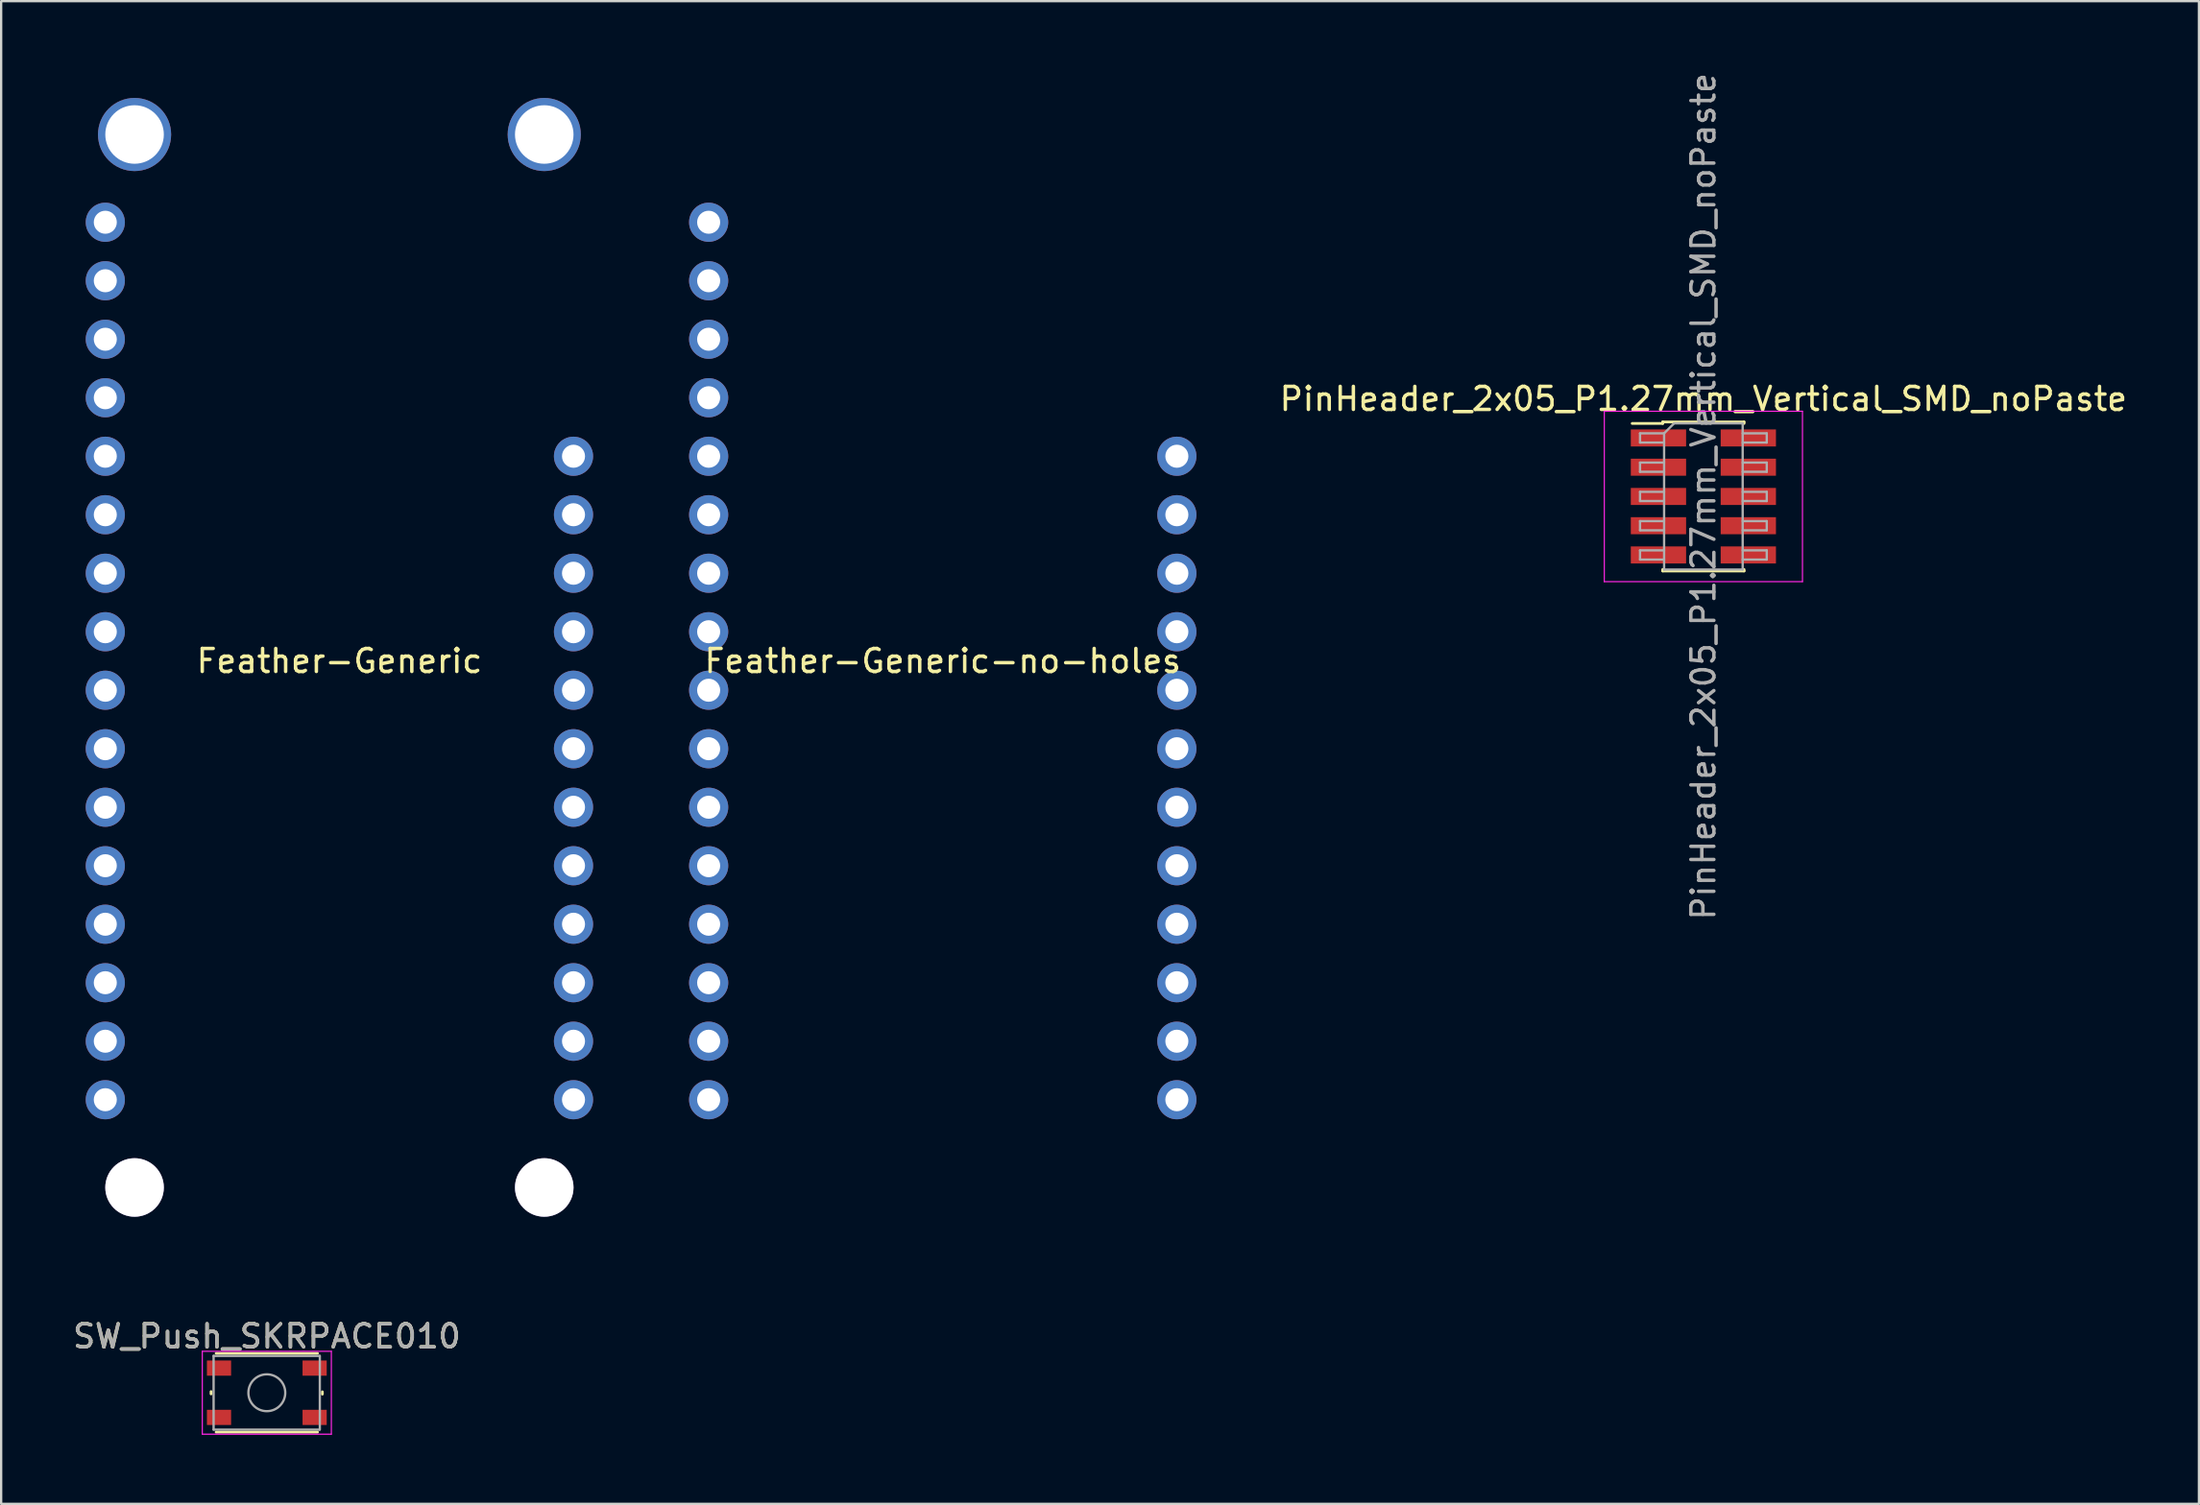
<source format=kicad_pcb>
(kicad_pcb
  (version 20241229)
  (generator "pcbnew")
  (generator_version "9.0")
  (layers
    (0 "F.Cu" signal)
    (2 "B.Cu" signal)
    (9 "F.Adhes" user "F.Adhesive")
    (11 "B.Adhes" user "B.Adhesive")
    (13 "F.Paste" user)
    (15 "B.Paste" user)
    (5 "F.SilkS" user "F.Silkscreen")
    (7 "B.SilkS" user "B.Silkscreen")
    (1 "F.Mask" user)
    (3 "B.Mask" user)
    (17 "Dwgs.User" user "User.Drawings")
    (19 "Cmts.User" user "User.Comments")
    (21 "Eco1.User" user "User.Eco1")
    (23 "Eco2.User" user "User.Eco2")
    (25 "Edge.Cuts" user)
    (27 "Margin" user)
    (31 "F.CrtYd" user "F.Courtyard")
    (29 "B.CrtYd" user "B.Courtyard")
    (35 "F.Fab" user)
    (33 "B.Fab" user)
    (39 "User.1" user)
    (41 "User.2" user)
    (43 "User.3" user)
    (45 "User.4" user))
  (footprint "PinHeader_2x05_P1.27mm_Vertical_SMD_noPaste"
    (layer "F.Cu")
    (at 70.876 18.506)
    (property "Reference" "PinHeader_2x05_P1.27mm_Vertical_SMD_noPaste" (at 0 -4.235 0) (layer "F.SilkS") (effects (font (size 1 1) (thickness 0.15))))
    (attr smd)
    (fp_line (start -3.09 -3.17) (end -1.765 -3.17) (stroke (width 0.12) (type solid)) (layer "F.SilkS"))
    (fp_line (start -1.765 -3.235) (end -1.765 -3.17) (stroke (width 0.12) (type solid)) (layer "F.SilkS"))
    (fp_line (start -1.765 -3.235) (end 1.765 -3.235) (stroke (width 0.12) (type solid)) (layer "F.SilkS"))
    (fp_line (start -1.765 3.17) (end -1.765 3.235) (stroke (width 0.12) (type solid)) (layer "F.SilkS"))
    (fp_line (start -1.765 3.235) (end 1.765 3.235) (stroke (width 0.12) (type solid)) (layer "F.SilkS"))
    (fp_line (start 1.765 -3.235) (end 1.765 -3.17) (stroke (width 0.12) (type solid)) (layer "F.SilkS"))
    (fp_line (start 1.765 3.17) (end 1.765 3.235) (stroke (width 0.12) (type solid)) (layer "F.SilkS"))
    (fp_line (start -4.3 -3.7) (end -4.3 3.7) (stroke (width 0.05) (type solid)) (layer "F.CrtYd"))
    (fp_line (start -4.3 3.7) (end 4.3 3.7) (stroke (width 0.05) (type solid)) (layer "F.CrtYd"))
    (fp_line (start 4.3 -3.7) (end -4.3 -3.7) (stroke (width 0.05) (type solid)) (layer "F.CrtYd"))
    (fp_line (start 4.3 3.7) (end 4.3 -3.7) (stroke (width 0.05) (type solid)) (layer "F.CrtYd"))
    (fp_line (start -2.75 -2.74) (end -2.75 -2.34) (stroke (width 0.1) (type solid)) (layer "F.Fab"))
    (fp_line (start -2.75 -2.34) (end -1.705 -2.34) (stroke (width 0.1) (type solid)) (layer "F.Fab"))
    (fp_line (start -2.75 -1.47) (end -2.75 -1.07) (stroke (width 0.1) (type solid)) (layer "F.Fab"))
    (fp_line (start -2.75 -1.07) (end -1.705 -1.07) (stroke (width 0.1) (type solid)) (layer "F.Fab"))
    (fp_line (start -2.75 -0.2) (end -2.75 0.2) (stroke (width 0.1) (type solid)) (layer "F.Fab"))
    (fp_line (start -2.75 0.2) (end -1.705 0.2) (stroke (width 0.1) (type solid)) (layer "F.Fab"))
    (fp_line (start -2.75 1.07) (end -2.75 1.47) (stroke (width 0.1) (type solid)) (layer "F.Fab"))
    (fp_line (start -2.75 1.47) (end -1.705 1.47) (stroke (width 0.1) (type solid)) (layer "F.Fab"))
    (fp_line (start -2.75 2.34) (end -2.75 2.74) (stroke (width 0.1) (type solid)) (layer "F.Fab"))
    (fp_line (start -2.75 2.74) (end -1.705 2.74) (stroke (width 0.1) (type solid)) (layer "F.Fab"))
    (fp_line (start -1.705 -2.74) (end -2.75 -2.74) (stroke (width 0.1) (type solid)) (layer "F.Fab"))
    (fp_line (start -1.705 -2.74) (end -1.27 -3.175) (stroke (width 0.1) (type solid)) (layer "F.Fab"))
    (fp_line (start -1.705 -1.47) (end -2.75 -1.47) (stroke (width 0.1) (type solid)) (layer "F.Fab"))
    (fp_line (start -1.705 -0.2) (end -2.75 -0.2) (stroke (width 0.1) (type solid)) (layer "F.Fab"))
    (fp_line (start -1.705 1.07) (end -2.75 1.07) (stroke (width 0.1) (type solid)) (layer "F.Fab"))
    (fp_line (start -1.705 2.34) (end -2.75 2.34) (stroke (width 0.1) (type solid)) (layer "F.Fab"))
    (fp_line (start -1.705 3.175) (end -1.705 -2.74) (stroke (width 0.1) (type solid)) (layer "F.Fab"))
    (fp_line (start -1.27 -3.175) (end 1.705 -3.175) (stroke (width 0.1) (type solid)) (layer "F.Fab"))
    (fp_line (start 1.705 -3.175) (end 1.705 3.175) (stroke (width 0.1) (type solid)) (layer "F.Fab"))
    (fp_line (start 1.705 -2.74) (end 2.75 -2.74) (stroke (width 0.1) (type solid)) (layer "F.Fab"))
    (fp_line (start 1.705 -1.47) (end 2.75 -1.47) (stroke (width 0.1) (type solid)) (layer "F.Fab"))
    (fp_line (start 1.705 -0.2) (end 2.75 -0.2) (stroke (width 0.1) (type solid)) (layer "F.Fab"))
    (fp_line (start 1.705 1.07) (end 2.75 1.07) (stroke (width 0.1) (type solid)) (layer "F.Fab"))
    (fp_line (start 1.705 2.34) (end 2.75 2.34) (stroke (width 0.1) (type solid)) (layer "F.Fab"))
    (fp_line (start 1.705 3.175) (end -1.705 3.175) (stroke (width 0.1) (type solid)) (layer "F.Fab"))
    (fp_line (start 2.75 -2.74) (end 2.75 -2.34) (stroke (width 0.1) (type solid)) (layer "F.Fab"))
    (fp_line (start 2.75 -2.34) (end 1.705 -2.34) (stroke (width 0.1) (type solid)) (layer "F.Fab"))
    (fp_line (start 2.75 -1.47) (end 2.75 -1.07) (stroke (width 0.1) (type solid)) (layer "F.Fab"))
    (fp_line (start 2.75 -1.07) (end 1.705 -1.07) (stroke (width 0.1) (type solid)) (layer "F.Fab"))
    (fp_line (start 2.75 -0.2) (end 2.75 0.2) (stroke (width 0.1) (type solid)) (layer "F.Fab"))
    (fp_line (start 2.75 0.2) (end 1.705 0.2) (stroke (width 0.1) (type solid)) (layer "F.Fab"))
    (fp_line (start 2.75 1.07) (end 2.75 1.47) (stroke (width 0.1) (type solid)) (layer "F.Fab"))
    (fp_line (start 2.75 1.47) (end 1.705 1.47) (stroke (width 0.1) (type solid)) (layer "F.Fab"))
    (fp_line (start 2.75 2.34) (end 2.75 2.74) (stroke (width 0.1) (type solid)) (layer "F.Fab"))
    (fp_line (start 2.75 2.74) (end 1.705 2.74) (stroke (width 0.1) (type solid)) (layer "F.Fab"))
    (fp_text user "${REFERENCE}" (at 0 0 90) (layer "F.Fab") (effects (font (size 1 1) (thickness 0.15))))
    (pad "1" smd rect (at -1.95 -2.54) (size 2.4 0.74) (layers "F.Cu" "F.Mask" "F.Paste"))
    (pad "2" smd rect (at 1.95 -2.54) (size 2.4 0.74) (layers "F.Cu" "F.Mask" "F.Paste"))
    (pad "3" smd rect (at -1.95 -1.27) (size 2.4 0.74) (layers "F.Cu" "F.Mask" "F.Paste"))
    (pad "4" smd rect (at 1.95 -1.27) (size 2.4 0.74) (layers "F.Cu" "F.Mask" "F.Paste"))
    (pad "5" smd rect (at -1.95 0) (size 2.4 0.74) (layers "F.Cu" "F.Mask" "F.Paste"))
    (pad "6" smd rect (at 1.95 0) (size 2.4 0.74) (layers "F.Cu" "F.Mask" "F.Paste"))
    (pad "7" smd rect (at -1.95 1.27) (size 2.4 0.74) (layers "F.Cu" "F.Mask" "F.Paste"))
    (pad "8" smd rect (at 1.95 1.27) (size 2.4 0.74) (layers "F.Cu" "F.Mask" "F.Paste"))
    (pad "9" smd rect (at -1.95 2.54) (size 2.4 0.74) (layers "F.Cu" "F.Mask" "F.Paste"))
    (pad "10" smd rect (at 1.95 2.54) (size 2.4 0.74) (layers "F.Cu" "F.Mask" "F.Paste")))
  (footprint "Feather-Generic-no-holes"
    (layer "F.Cu")
    (at 26.435 0.25)
    (property "Reference" "Feather-Generic-no-holes" (at 11.43 25.4 0) (layer "F.SilkS") (effects (font (size 1 1) (thickness 0.15))))
    (attr through_hole)
    (fp_line (start 0 2.54) (end 0 48.26) (stroke (width 0.15) (type solid)) (layer "Eco1.User"))
    (fp_line (start 2.54 0) (end 20.32 0) (stroke (width 0.15) (type solid)) (layer "Eco1.User"))
    (fp_line (start 2.54 50.8) (end 20.32 50.8) (stroke (width 0.15) (type solid)) (layer "Eco1.User"))
    (fp_line (start 22.86 2.54) (end 22.86 48.26) (stroke (width 0.15) (type solid)) (layer "Eco1.User"))
    (fp_arc (start 0 2.54) (mid 0.743949 0.743949) (end 2.54 0) (stroke (width 0.15) (type solid)) (layer "Eco1.User"))
    (fp_arc (start 2.54 50.8) (mid 0.743949 50.056051) (end 0 48.26) (stroke (width 0.15) (type solid)) (layer "Eco1.User"))
    (fp_arc (start 20.32 0) (mid 22.116051 0.743949) (end 22.86 2.54) (stroke (width 0.15) (type solid)) (layer "Eco1.User"))
    (fp_arc (start 22.86 48.26) (mid 22.116051 50.056051) (end 20.32 50.8) (stroke (width 0.15) (type solid)) (layer "Eco1.User"))
    (pad "1" thru_hole oval (at 1.27 6.35) (size 1.7 1.7) (drill 1) (layers "*.Cu" "*.Mask"))
    (pad "2" thru_hole oval (at 1.27 8.89) (size 1.7 1.7) (drill 1) (layers "*.Cu" "*.Mask"))
    (pad "3" thru_hole oval (at 1.27 11.43) (size 1.7 1.7) (drill 1) (layers "*.Cu" "*.Mask"))
    (pad "4" thru_hole oval (at 1.27 13.97) (size 1.7 1.7) (drill 1) (layers "*.Cu" "*.Mask"))
    (pad "5" thru_hole oval (at 1.27 16.51) (size 1.7 1.7) (drill 1) (layers "*.Cu" "*.Mask"))
    (pad "6" thru_hole oval (at 1.27 19.05) (size 1.7 1.7) (drill 1) (layers "*.Cu" "*.Mask"))
    (pad "7" thru_hole oval (at 1.27 21.59) (size 1.7 1.7) (drill 1) (layers "*.Cu" "*.Mask"))
    (pad "8" thru_hole oval (at 1.27 24.13) (size 1.7 1.7) (drill 1) (layers "*.Cu" "*.Mask"))
    (pad "9" thru_hole oval (at 1.27 26.67) (size 1.7 1.7) (drill 1) (layers "*.Cu" "*.Mask"))
    (pad "10" thru_hole oval (at 1.27 29.21) (size 1.7 1.7) (drill 1) (layers "*.Cu" "*.Mask"))
    (pad "11" thru_hole oval (at 1.27 31.75) (size 1.7 1.7) (drill 1) (layers "*.Cu" "*.Mask"))
    (pad "12" thru_hole oval (at 1.27 34.29) (size 1.7 1.7) (drill 1) (layers "*.Cu" "*.Mask"))
    (pad "13" thru_hole oval (at 1.27 36.83) (size 1.7 1.7) (drill 1) (layers "*.Cu" "*.Mask"))
    (pad "14" thru_hole oval (at 1.27 39.37) (size 1.7 1.7) (drill 1) (layers "*.Cu" "*.Mask"))
    (pad "15" thru_hole oval (at 1.27 41.91) (size 1.7 1.7) (drill 1) (layers "*.Cu" "*.Mask"))
    (pad "16" thru_hole oval (at 1.27 44.45) (size 1.7 1.7) (drill 1) (layers "*.Cu" "*.Mask"))
    (pad "17" thru_hole oval (at 21.59 44.45) (size 1.7 1.7) (drill 1) (layers "*.Cu" "*.Mask"))
    (pad "18" thru_hole oval (at 21.59 41.91) (size 1.7 1.7) (drill 1) (layers "*.Cu" "*.Mask"))
    (pad "19" thru_hole oval (at 21.59 39.37) (size 1.7 1.7) (drill 1) (layers "*.Cu" "*.Mask"))
    (pad "20" thru_hole oval (at 21.59 36.83) (size 1.7 1.7) (drill 1) (layers "*.Cu" "*.Mask"))
    (pad "21" thru_hole oval (at 21.59 34.29) (size 1.7 1.7) (drill 1) (layers "*.Cu" "*.Mask"))
    (pad "22" thru_hole oval (at 21.59 31.75) (size 1.7 1.7) (drill 1) (layers "*.Cu" "*.Mask"))
    (pad "23" thru_hole oval (at 21.59 29.21) (size 1.7 1.7) (drill 1) (layers "*.Cu" "*.Mask"))
    (pad "24" thru_hole oval (at 21.59 26.67) (size 1.7 1.7) (drill 1) (layers "*.Cu" "*.Mask"))
    (pad "25" thru_hole oval (at 21.59 24.13) (size 1.7 1.7) (drill 1) (layers "*.Cu" "*.Mask"))
    (pad "26" thru_hole oval (at 21.59 21.59) (size 1.7 1.7) (drill 1) (layers "*.Cu" "*.Mask"))
    (pad "27" thru_hole oval (at 21.59 19.05) (size 1.7 1.7) (drill 1) (layers "*.Cu" "*.Mask"))
    (pad "28" thru_hole oval (at 21.59 16.51) (size 1.7 1.7) (drill 1) (layers "*.Cu" "*.Mask")))
  (footprint "SW_Push_SKRPACE010"
    (layer "F.Cu")
    (at 8.53 57.423)
    (property "Reference" "SW_Push_SKRPACE010" (at 0 -2.45 0) (layer "F.SilkS") (effects (font (size 1 1) (thickness 0.15))))
    (attr smd)
    (fp_line (start -2.42 0.05) (end -2.42 -0.05) (stroke (width 0.12) (type solid)) (layer "F.SilkS"))
    (fp_line (start -2.2 1.71) (end 2.2 1.71) (stroke (width 0.12) (type solid)) (layer "F.SilkS"))
    (fp_line (start 2.2 -1.71) (end -2.2 -1.71) (stroke (width 0.12) (type solid)) (layer "F.SilkS"))
    (fp_line (start 2.41 0.06) (end 2.41 -0.04) (stroke (width 0.12) (type solid)) (layer "F.SilkS"))
    (fp_line (start -2.8 -1.8) (end 2.8 -1.8) (stroke (width 0.05) (type solid)) (layer "F.CrtYd"))
    (fp_line (start -2.8 1.8) (end -2.8 -1.8) (stroke (width 0.05) (type solid)) (layer "F.CrtYd"))
    (fp_line (start 2.8 -1.8) (end 2.8 1.8) (stroke (width 0.05) (type solid)) (layer "F.CrtYd"))
    (fp_line (start 2.8 1.8) (end -2.8 1.8) (stroke (width 0.05) (type solid)) (layer "F.CrtYd"))
    (fp_line (start -2.31 -1.6) (end 2.29 -1.6) (stroke (width 0.1) (type solid)) (layer "F.Fab"))
    (fp_line (start -2.31 1.6) (end -2.31 -1.6) (stroke (width 0.1) (type solid)) (layer "F.Fab"))
    (fp_line (start 2.29 1.6) (end -2.31 1.6) (stroke (width 0.1) (type solid)) (layer "F.Fab"))
    (fp_line (start 2.3 -1.6) (end 2.3 1.6) (stroke (width 0.1) (type solid)) (layer "F.Fab"))
    (fp_circle (center 0 0) (end 0 0.8) (stroke (width 0.1) (type solid)) (fill no) (layer "F.Fab"))
    (fp_text user "${REFERENCE}" (at 0 -2.45 0) (layer "F.Fab") (effects (font (size 1 1) (thickness 0.15))))
    (pad "1" smd rect (at -2.075 -1.07 180) (size 1.05 0.66) (layers "F.Cu" "F.Mask" "F.Paste"))
    (pad "1" smd rect (at 2.075 -1.07 180) (size 1.05 0.66) (layers "F.Cu" "F.Mask" "F.Paste"))
    (pad "2" smd rect (at -2.075 1.07 180) (size 1.05 0.66) (layers "F.Cu" "F.Mask" "F.Paste"))
    (pad "2" smd rect (at 2.075 1.07 180) (size 1.05 0.66) (layers "F.Cu" "F.Mask" "F.Paste")))
  (footprint "Feather-Generic"
    (layer "F.Cu")
    (at 0.25 0.25)
    (property "Reference" "Feather-Generic" (at 11.43 25.4 0) (layer "F.SilkS") (effects (font (size 1 1) (thickness 0.15))))
    (attr through_hole)
    (fp_line (start 0 2.54) (end 0 48.26) (stroke (width 0.15) (type solid)) (layer "Eco1.User"))
    (fp_line (start 2.54 0) (end 20.32 0) (stroke (width 0.15) (type solid)) (layer "Eco1.User"))
    (fp_line (start 2.54 50.8) (end 20.32 50.8) (stroke (width 0.15) (type solid)) (layer "Eco1.User"))
    (fp_line (start 22.86 2.54) (end 22.86 48.26) (stroke (width 0.15) (type solid)) (layer "Eco1.User"))
    (fp_arc (start 0 2.54) (mid 0.743949 0.743949) (end 2.54 0) (stroke (width 0.15) (type solid)) (layer "Eco1.User"))
    (fp_arc (start 2.54 50.8) (mid 0.743949 50.056051) (end 0 48.26) (stroke (width 0.15) (type solid)) (layer "Eco1.User"))
    (fp_arc (start 20.32 0) (mid 22.116051 0.743949) (end 22.86 2.54) (stroke (width 0.15) (type solid)) (layer "Eco1.User"))
    (fp_arc (start 22.86 48.26) (mid 22.116051 50.056051) (end 20.32 50.8) (stroke (width 0.15) (type solid)) (layer "Eco1.User"))
    (pad "" thru_hole circle (at 2.54 2.54) (size 3.175 3.175) (drill 2.54) (layers "*.Cu" "*.Mask"))
    (pad "" thru_hole circle (at 2.54 48.26) (size 2.54 2.54) (drill 2.54) (layers "*.Cu" "*.Mask"))
    (pad "" thru_hole circle (at 20.32 2.54) (size 3.175 3.175) (drill 2.54) (layers "*.Cu" "*.Mask"))
    (pad "" thru_hole circle (at 20.32 48.26) (size 2.54 2.54) (drill 2.54) (layers "*.Cu" "*.Mask"))
    (pad "1" thru_hole oval (at 1.27 6.35) (size 1.7 1.7) (drill 1) (layers "*.Cu" "*.Mask"))
    (pad "2" thru_hole oval (at 1.27 8.89) (size 1.7 1.7) (drill 1) (layers "*.Cu" "*.Mask"))
    (pad "3" thru_hole oval (at 1.27 11.43) (size 1.7 1.7) (drill 1) (layers "*.Cu" "*.Mask"))
    (pad "4" thru_hole oval (at 1.27 13.97) (size 1.7 1.7) (drill 1) (layers "*.Cu" "*.Mask"))
    (pad "5" thru_hole oval (at 1.27 16.51) (size 1.7 1.7) (drill 1) (layers "*.Cu" "*.Mask"))
    (pad "6" thru_hole oval (at 1.27 19.05) (size 1.7 1.7) (drill 1) (layers "*.Cu" "*.Mask"))
    (pad "7" thru_hole oval (at 1.27 21.59) (size 1.7 1.7) (drill 1) (layers "*.Cu" "*.Mask"))
    (pad "8" thru_hole oval (at 1.27 24.13) (size 1.7 1.7) (drill 1) (layers "*.Cu" "*.Mask"))
    (pad "9" thru_hole oval (at 1.27 26.67) (size 1.7 1.7) (drill 1) (layers "*.Cu" "*.Mask"))
    (pad "10" thru_hole oval (at 1.27 29.21) (size 1.7 1.7) (drill 1) (layers "*.Cu" "*.Mask"))
    (pad "11" thru_hole oval (at 1.27 31.75) (size 1.7 1.7) (drill 1) (layers "*.Cu" "*.Mask"))
    (pad "12" thru_hole oval (at 1.27 34.29) (size 1.7 1.7) (drill 1) (layers "*.Cu" "*.Mask"))
    (pad "13" thru_hole oval (at 1.27 36.83) (size 1.7 1.7) (drill 1) (layers "*.Cu" "*.Mask"))
    (pad "14" thru_hole oval (at 1.27 39.37) (size 1.7 1.7) (drill 1) (layers "*.Cu" "*.Mask"))
    (pad "15" thru_hole oval (at 1.27 41.91) (size 1.7 1.7) (drill 1) (layers "*.Cu" "*.Mask"))
    (pad "16" thru_hole oval (at 1.27 44.45) (size 1.7 1.7) (drill 1) (layers "*.Cu" "*.Mask"))
    (pad "17" thru_hole oval (at 21.59 44.45) (size 1.7 1.7) (drill 1) (layers "*.Cu" "*.Mask"))
    (pad "18" thru_hole oval (at 21.59 41.91) (size 1.7 1.7) (drill 1) (layers "*.Cu" "*.Mask"))
    (pad "19" thru_hole oval (at 21.59 39.37) (size 1.7 1.7) (drill 1) (layers "*.Cu" "*.Mask"))
    (pad "20" thru_hole oval (at 21.59 36.83) (size 1.7 1.7) (drill 1) (layers "*.Cu" "*.Mask"))
    (pad "21" thru_hole oval (at 21.59 34.29) (size 1.7 1.7) (drill 1) (layers "*.Cu" "*.Mask"))
    (pad "22" thru_hole oval (at 21.59 31.75) (size 1.7 1.7) (drill 1) (layers "*.Cu" "*.Mask"))
    (pad "23" thru_hole oval (at 21.59 29.21) (size 1.7 1.7) (drill 1) (layers "*.Cu" "*.Mask"))
    (pad "24" thru_hole oval (at 21.59 26.67) (size 1.7 1.7) (drill 1) (layers "*.Cu" "*.Mask"))
    (pad "25" thru_hole oval (at 21.59 24.13) (size 1.7 1.7) (drill 1) (layers "*.Cu" "*.Mask"))
    (pad "26" thru_hole oval (at 21.59 21.59) (size 1.7 1.7) (drill 1) (layers "*.Cu" "*.Mask"))
    (pad "27" thru_hole oval (at 21.59 19.05) (size 1.7 1.7) (drill 1) (layers "*.Cu" "*.Mask"))
    (pad "28" thru_hole oval (at 21.59 16.51) (size 1.7 1.7) (drill 1) (layers "*.Cu" "*.Mask")))
  (gr_rect
    (start -3 -3)
    (end 92.382 62.248)
    (stroke (width 0.1) (type default))
    (fill no)
    (layer "Edge.Cuts")))
</source>
